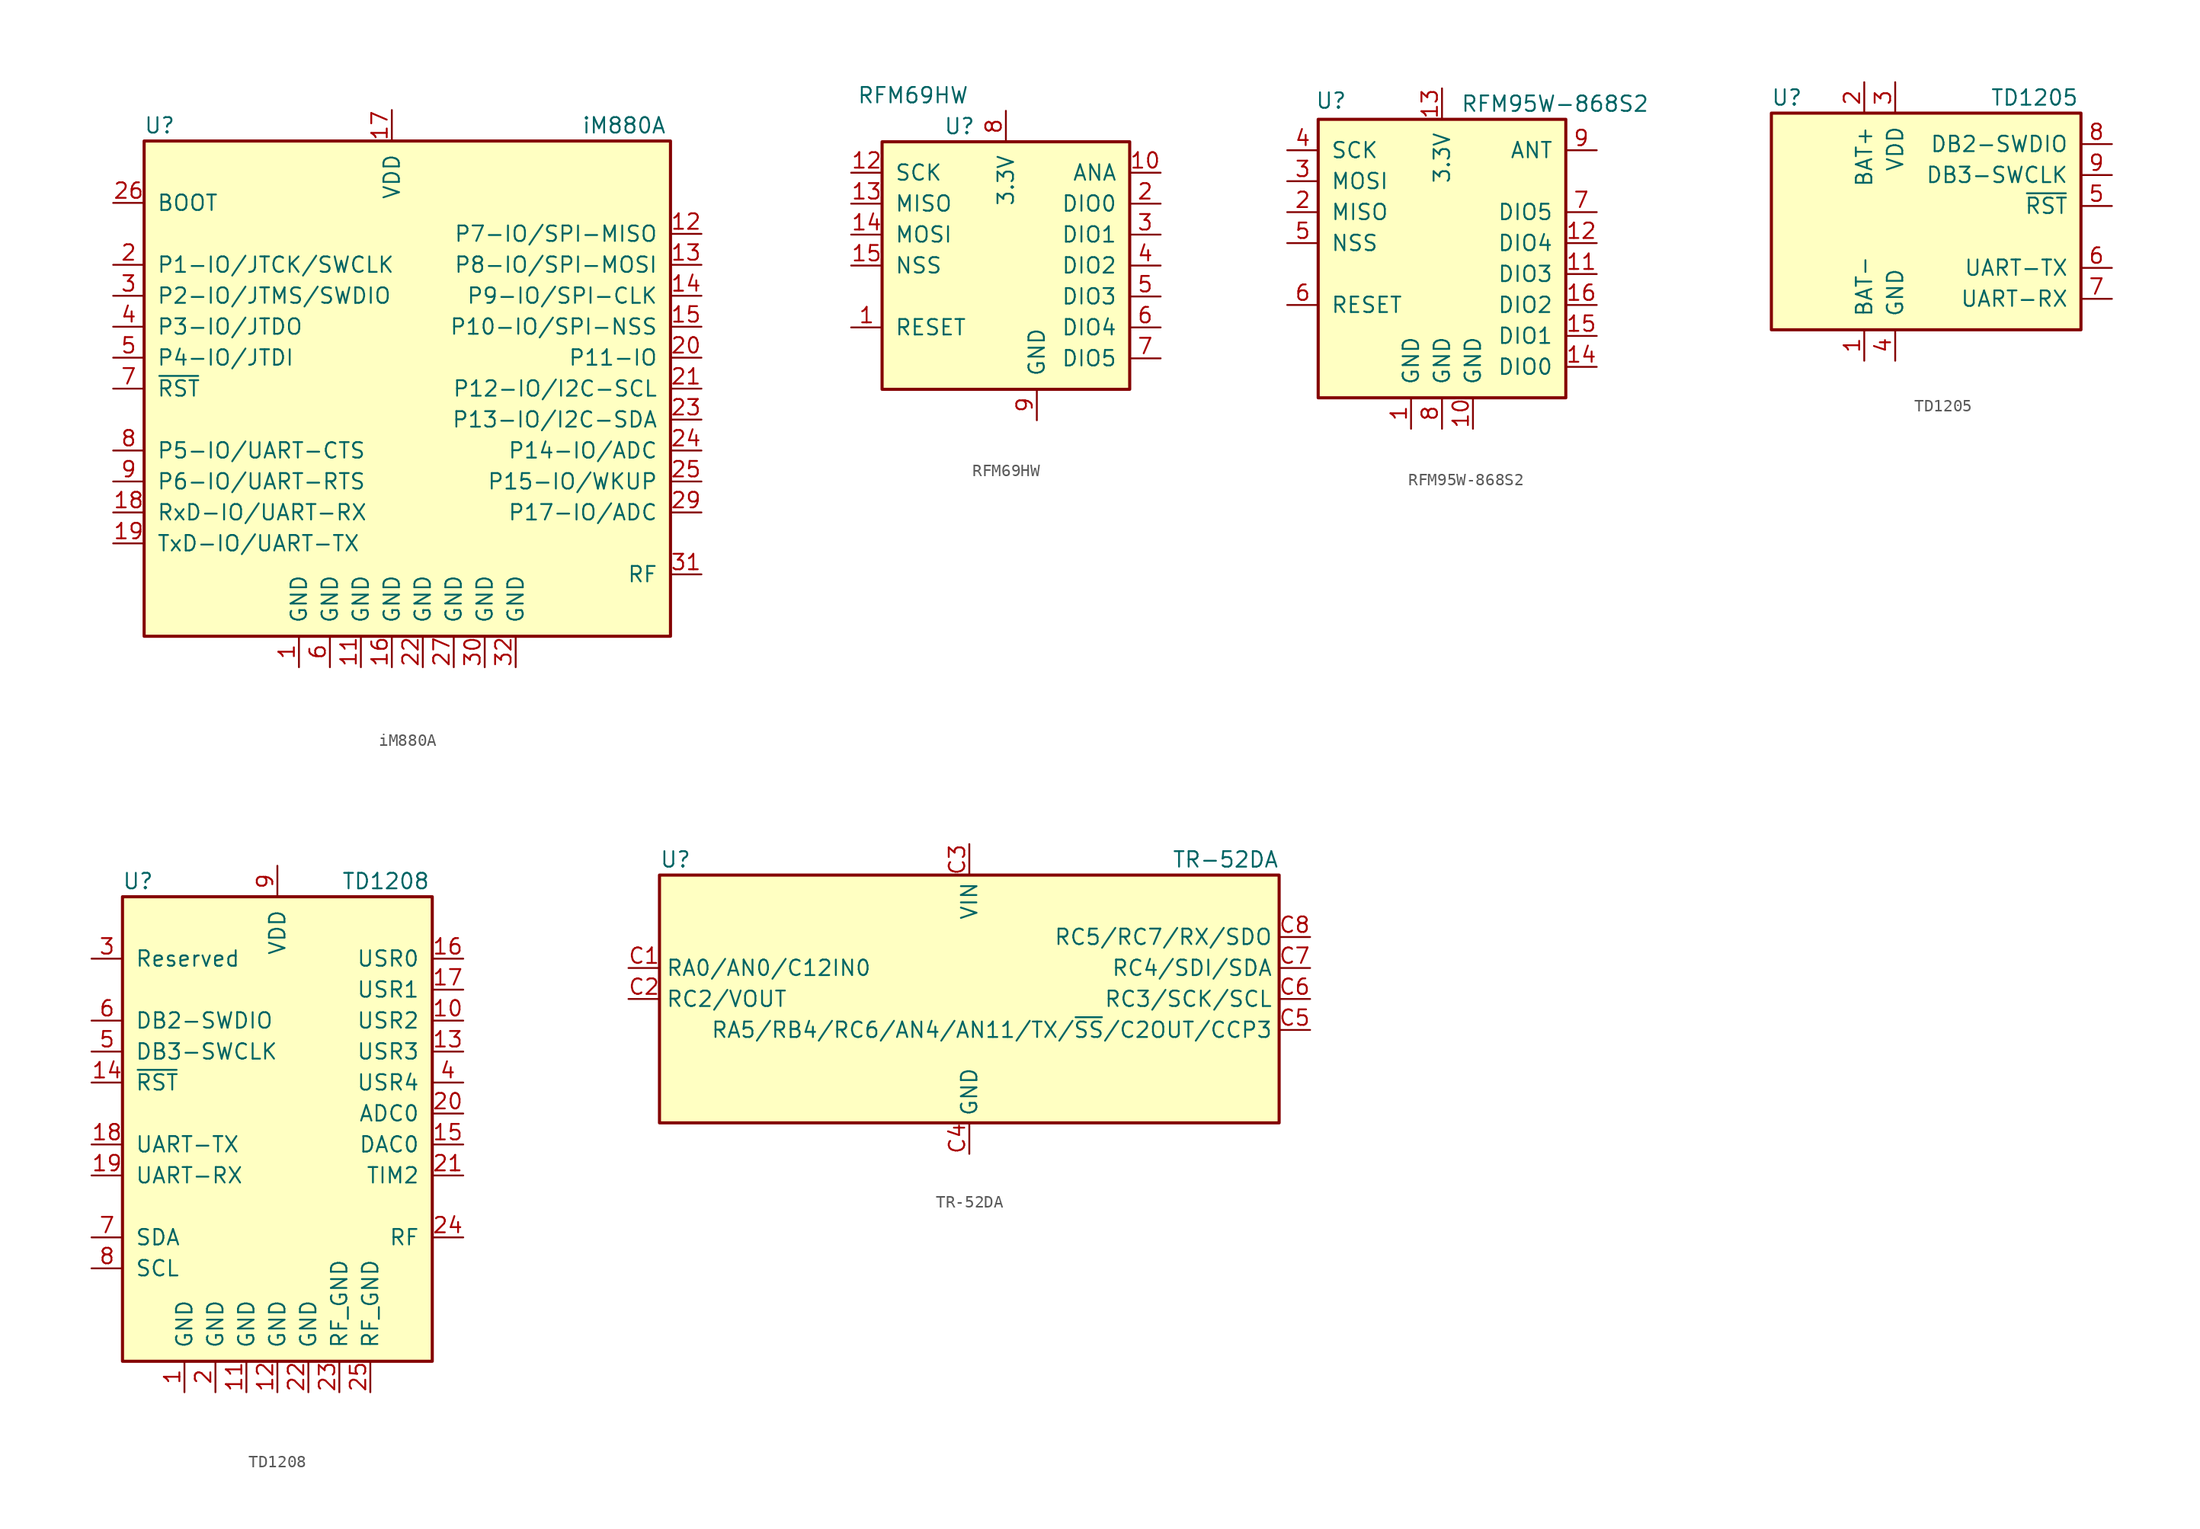
<source format=kicad_sym>
(kicad_symbol_lib
  (version 20201005)
  (generator kicad_symbol_editor)
  (symbol "RF_Module:iM880A"
    (pin_names
      (offset 1.016))
    (property "Reference" "U"
      (at -19.05 21.59 0)
      (effects (font (size 1.27 1.27))))
    (property "Value" "iM880A"
      (at 19.05 21.59 0)
      (effects (font (size 1.27 1.27))))
    (symbol "iM880A_0_1"
      (rectangle (start -20.32 20.32) (end 22.86 -20.32) (stroke (width 0.254)) (fill (type background))))
    (symbol "iM880A_1_1"
      (pin power_in line (at -7.62 -22.86 90) (length 2.54) (name "GND" (effects (font (size 1.27 1.27)))) (number "1" (effects (font (size 1.27 1.27)))))
      (pin no_connect line (at 5.08 22.86 270) (length 2.54) hide (name "NC" (effects (font (size 1.27 1.27)))) (number "10" (effects (font (size 1.27 1.27)))))
      (pin power_in line (at -2.54 -22.86 90) (length 2.54) (name "GND" (effects (font (size 1.27 1.27)))) (number "11" (effects (font (size 1.27 1.27)))))
      (pin bidirectional line (at 25.4 12.7 180) (length 2.54) (name "P7-IO/SPI-MISO" (effects (font (size 1.27 1.27)))) (number "12" (effects (font (size 1.27 1.27)))))
      (pin bidirectional line (at 25.4 10.16 180) (length 2.54) (name "P8-IO/SPI-MOSI" (effects (font (size 1.27 1.27)))) (number "13" (effects (font (size 1.27 1.27)))))
      (pin bidirectional line (at 25.4 7.62 180) (length 2.54) (name "P9-IO/SPI-CLK" (effects (font (size 1.27 1.27)))) (number "14" (effects (font (size 1.27 1.27)))))
      (pin bidirectional line (at 25.4 5.08 180) (length 2.54) (name "P10-IO/SPI-NSS" (effects (font (size 1.27 1.27)))) (number "15" (effects (font (size 1.27 1.27)))))
      (pin power_in line (at 0 -22.86 90) (length 2.54) (name "GND" (effects (font (size 1.27 1.27)))) (number "16" (effects (font (size 1.27 1.27)))))
      (pin power_in line (at 0 22.86 270) (length 2.54) (name "VDD" (effects (font (size 1.27 1.27)))) (number "17" (effects (font (size 1.27 1.27)))))
      (pin bidirectional line (at -22.86 -10.16 0) (length 2.54) (name "RxD-IO/UART-RX" (effects (font (size 1.27 1.27)))) (number "18" (effects (font (size 1.27 1.27)))))
      (pin bidirectional line (at -22.86 -12.7 0) (length 2.54) (name "TxD-IO/UART-TX" (effects (font (size 1.27 1.27)))) (number "19" (effects (font (size 1.27 1.27)))))
      (pin bidirectional line (at -22.86 10.16 0) (length 2.54) (name "P1-IO/JTCK/SWCLK" (effects (font (size 1.27 1.27)))) (number "2" (effects (font (size 1.27 1.27)))))
      (pin bidirectional line (at 25.4 2.54 180) (length 2.54) (name "P11-IO" (effects (font (size 1.27 1.27)))) (number "20" (effects (font (size 1.27 1.27)))))
      (pin bidirectional line (at 25.4 0 180) (length 2.54) (name "P12-IO/I2C-SCL" (effects (font (size 1.27 1.27)))) (number "21" (effects (font (size 1.27 1.27)))))
      (pin power_in line (at 2.54 -22.86 90) (length 2.54) (name "GND" (effects (font (size 1.27 1.27)))) (number "22" (effects (font (size 1.27 1.27)))))
      (pin bidirectional line (at 25.4 -2.54 180) (length 2.54) (name "P13-IO/I2C-SDA" (effects (font (size 1.27 1.27)))) (number "23" (effects (font (size 1.27 1.27)))))
      (pin bidirectional line (at 25.4 -5.08 180) (length 2.54) (name "P14-IO/ADC" (effects (font (size 1.27 1.27)))) (number "24" (effects (font (size 1.27 1.27)))))
      (pin bidirectional line (at 25.4 -7.62 180) (length 2.54) (name "P15-IO/WKUP" (effects (font (size 1.27 1.27)))) (number "25" (effects (font (size 1.27 1.27)))))
      (pin input line (at -22.86 15.24 0) (length 2.54) (name "BOOT" (effects (font (size 1.27 1.27)))) (number "26" (effects (font (size 1.27 1.27)))))
      (pin power_in line (at 5.08 -22.86 90) (length 2.54) (name "GND" (effects (font (size 1.27 1.27)))) (number "27" (effects (font (size 1.27 1.27)))))
      (pin no_connect line (at 7.62 22.86 270) (length 2.54) hide (name "NC" (effects (font (size 1.27 1.27)))) (number "28" (effects (font (size 1.27 1.27)))))
      (pin bidirectional line (at 25.4 -10.16 180) (length 2.54) (name "P17-IO/ADC" (effects (font (size 1.27 1.27)))) (number "29" (effects (font (size 1.27 1.27)))))
      (pin bidirectional line (at -22.86 7.62 0) (length 2.54) (name "P2-IO/JTMS/SWDIO" (effects (font (size 1.27 1.27)))) (number "3" (effects (font (size 1.27 1.27)))))
      (pin power_in line (at 7.62 -22.86 90) (length 2.54) (name "GND" (effects (font (size 1.27 1.27)))) (number "30" (effects (font (size 1.27 1.27)))))
      (pin bidirectional line (at 25.4 -15.24 180) (length 2.54) (name "RF" (effects (font (size 1.27 1.27)))) (number "31" (effects (font (size 1.27 1.27)))))
      (pin power_in line (at 10.16 -22.86 90) (length 2.54) (name "GND" (effects (font (size 1.27 1.27)))) (number "32" (effects (font (size 1.27 1.27)))))
      (pin bidirectional line (at -22.86 5.08 0) (length 2.54) (name "P3-IO/JTDO" (effects (font (size 1.27 1.27)))) (number "4" (effects (font (size 1.27 1.27)))))
      (pin bidirectional line (at -22.86 2.54 0) (length 2.54) (name "P4-IO/JTDI" (effects (font (size 1.27 1.27)))) (number "5" (effects (font (size 1.27 1.27)))))
      (pin power_in line (at -5.08 -22.86 90) (length 2.54) (name "GND" (effects (font (size 1.27 1.27)))) (number "6" (effects (font (size 1.27 1.27)))))
      (pin input line (at -22.86 0 0) (length 2.54) (name "~RST" (effects (font (size 1.27 1.27)))) (number "7" (effects (font (size 1.27 1.27)))))
      (pin bidirectional line (at -22.86 -5.08 0) (length 2.54) (name "P5-IO/UART-CTS" (effects (font (size 1.27 1.27)))) (number "8" (effects (font (size 1.27 1.27)))))
      (pin bidirectional line (at -22.86 -7.62 0) (length 2.54) (name "P6-IO/UART-RTS" (effects (font (size 1.27 1.27)))) (number "9" (effects (font (size 1.27 1.27)))))))
  (symbol "RF_Module:RFM69HW"
    (pin_names
      (offset 1.016))
    (property "Reference" "U"
      (at -3.81 11.43 0)
      (effects (font (size 1.27 1.27))))
    (property "Value" "RFM69HW"
      (at -7.62 13.97 0)
      (effects (font (size 1.27 1.27))))
    (symbol "RFM69HW_0_1"
      (rectangle (start -10.16 10.16) (end 10.16 -10.16) (stroke (width 0.254)) (fill (type background))))
    (symbol "RFM69HW_1_1"
      (pin input line (at -12.7 -5.08 0) (length 2.54) (name "RESET" (effects (font (size 1.27 1.27)))) (number "1" (effects (font (size 1.27 1.27)))))
      (pin output line (at 12.7 7.62 180) (length 2.54) (name "ANA" (effects (font (size 1.27 1.27)))) (number "10" (effects (font (size 1.27 1.27)))))
      (pin passive line (at 2.54 -12.7 90) (length 2.54) hide (name "GND" (effects (font (size 1.27 1.27)))) (number "11" (effects (font (size 1.27 1.27)))))
      (pin input line (at -12.7 7.62 0) (length 2.54) (name "SCK" (effects (font (size 1.27 1.27)))) (number "12" (effects (font (size 1.27 1.27)))))
      (pin output line (at -12.7 5.08 0) (length 2.54) (name "MISO" (effects (font (size 1.27 1.27)))) (number "13" (effects (font (size 1.27 1.27)))))
      (pin input line (at -12.7 2.54 0) (length 2.54) (name "MOSI" (effects (font (size 1.27 1.27)))) (number "14" (effects (font (size 1.27 1.27)))))
      (pin input line (at -12.7 0 0) (length 2.54) (name "NSS" (effects (font (size 1.27 1.27)))) (number "15" (effects (font (size 1.27 1.27)))))
      (pin no_connect line (at -2.54 -12.7 90) (length 2.54) hide (name "NC" (effects (font (size 1.27 1.27)))) (number "16" (effects (font (size 1.27 1.27)))))
      (pin bidirectional line (at 12.7 5.08 180) (length 2.54) (name "DIO0" (effects (font (size 1.27 1.27)))) (number "2" (effects (font (size 1.27 1.27)))))
      (pin bidirectional line (at 12.7 2.54 180) (length 2.54) (name "DIO1" (effects (font (size 1.27 1.27)))) (number "3" (effects (font (size 1.27 1.27)))))
      (pin bidirectional line (at 12.7 0 180) (length 2.54) (name "DIO2" (effects (font (size 1.27 1.27)))) (number "4" (effects (font (size 1.27 1.27)))))
      (pin bidirectional line (at 12.7 -2.54 180) (length 2.54) (name "DIO3" (effects (font (size 1.27 1.27)))) (number "5" (effects (font (size 1.27 1.27)))))
      (pin bidirectional line (at 12.7 -5.08 180) (length 2.54) (name "DIO4" (effects (font (size 1.27 1.27)))) (number "6" (effects (font (size 1.27 1.27)))))
      (pin bidirectional line (at 12.7 -7.62 180) (length 2.54) (name "DIO5" (effects (font (size 1.27 1.27)))) (number "7" (effects (font (size 1.27 1.27)))))
      (pin power_in line (at 0 12.7 270) (length 2.54) (name "3.3V" (effects (font (size 1.27 1.27)))) (number "8" (effects (font (size 1.27 1.27)))))
      (pin power_in line (at 2.54 -12.7 90) (length 2.54) (name "GND" (effects (font (size 1.27 1.27)))) (number "9" (effects (font (size 1.27 1.27)))))))
  (symbol "RF_Module:RFM95W-868S2"
    (pin_names
      (offset 1.016))
    (property "Reference" "U"
      (at -10.414 11.684 0)
      (effects (font (size 1.27 1.27)) (justify left)))
    (property "Value" "RFM95W-868S2"
      (at 1.524 11.43 0)
      (effects (font (size 1.27 1.27)) (justify left)))
    (symbol "RFM95W-868S2_0_1"
      (rectangle (start -10.16 10.16) (end 10.16 -12.7) (stroke (width 0.254)) (fill (type background))))
    (symbol "RFM95W-868S2_1_1"
      (pin power_in line (at -2.54 -15.24 90) (length 2.54) (name "GND" (effects (font (size 1.27 1.27)))) (number "1" (effects (font (size 1.27 1.27)))))
      (pin power_in line (at 2.54 -15.24 90) (length 2.54) (name "GND" (effects (font (size 1.27 1.27)))) (number "10" (effects (font (size 1.27 1.27)))))
      (pin bidirectional line (at 12.7 -2.54 180) (length 2.54) (name "DIO3" (effects (font (size 1.27 1.27)))) (number "11" (effects (font (size 1.27 1.27)))))
      (pin bidirectional line (at 12.7 0 180) (length 2.54) (name "DIO4" (effects (font (size 1.27 1.27)))) (number "12" (effects (font (size 1.27 1.27)))))
      (pin power_in line (at 0 12.7 270) (length 2.54) (name "3.3V" (effects (font (size 1.27 1.27)))) (number "13" (effects (font (size 1.27 1.27)))))
      (pin bidirectional line (at 12.7 -10.16 180) (length 2.54) (name "DIO0" (effects (font (size 1.27 1.27)))) (number "14" (effects (font (size 1.27 1.27)))))
      (pin bidirectional line (at 12.7 -7.62 180) (length 2.54) (name "DIO1" (effects (font (size 1.27 1.27)))) (number "15" (effects (font (size 1.27 1.27)))))
      (pin bidirectional line (at 12.7 -5.08 180) (length 2.54) (name "DIO2" (effects (font (size 1.27 1.27)))) (number "16" (effects (font (size 1.27 1.27)))))
      (pin output line (at -12.7 2.54 0) (length 2.54) (name "MISO" (effects (font (size 1.27 1.27)))) (number "2" (effects (font (size 1.27 1.27)))))
      (pin input line (at -12.7 5.08 0) (length 2.54) (name "MOSI" (effects (font (size 1.27 1.27)))) (number "3" (effects (font (size 1.27 1.27)))))
      (pin input line (at -12.7 7.62 0) (length 2.54) (name "SCK" (effects (font (size 1.27 1.27)))) (number "4" (effects (font (size 1.27 1.27)))))
      (pin input line (at -12.7 0 0) (length 2.54) (name "NSS" (effects (font (size 1.27 1.27)))) (number "5" (effects (font (size 1.27 1.27)))))
      (pin bidirectional line (at -12.7 -5.08 0) (length 2.54) (name "RESET" (effects (font (size 1.27 1.27)))) (number "6" (effects (font (size 1.27 1.27)))))
      (pin bidirectional line (at 12.7 2.54 180) (length 2.54) (name "DIO5" (effects (font (size 1.27 1.27)))) (number "7" (effects (font (size 1.27 1.27)))))
      (pin power_in line (at 0 -15.24 90) (length 2.54) (name "GND" (effects (font (size 1.27 1.27)))) (number "8" (effects (font (size 1.27 1.27)))))
      (pin bidirectional line (at 12.7 7.62 180) (length 2.54) (name "ANT" (effects (font (size 1.27 1.27)))) (number "9" (effects (font (size 1.27 1.27)))))))
  (symbol "RF_Module:TD1205"
    (pin_names
      (offset 1.016))
    (property "Reference" "U"
      (at -11.43 11.43 0)
      (effects (font (size 1.27 1.27))))
    (property "Value" "TD1205"
      (at 8.89 11.43 0)
      (effects (font (size 1.27 1.27))))
    (symbol "TD1205_0_1"
      (rectangle (start -12.7 10.16) (end 12.7 -7.62) (stroke (width 0.254)) (fill (type background))))
    (symbol "TD1205_1_1"
      (pin power_in line (at -5.08 -10.16 90) (length 2.54) (name "BAT-" (effects (font (size 1.27 1.27)))) (number "1" (effects (font (size 1.27 1.27)))))
      (pin power_in line (at -5.08 12.7 270) (length 2.54) (name "BAT+" (effects (font (size 1.27 1.27)))) (number "2" (effects (font (size 1.27 1.27)))))
      (pin power_in line (at -2.54 12.7 270) (length 2.54) (name "VDD" (effects (font (size 1.27 1.27)))) (number "3" (effects (font (size 1.27 1.27)))))
      (pin power_in line (at -2.54 -10.16 90) (length 2.54) (name "GND" (effects (font (size 1.27 1.27)))) (number "4" (effects (font (size 1.27 1.27)))))
      (pin input line (at 15.24 2.54 180) (length 2.54) (name "~RST" (effects (font (size 1.27 1.27)))) (number "5" (effects (font (size 1.27 1.27)))))
      (pin bidirectional line (at 15.24 -2.54 180) (length 2.54) (name "UART-TX" (effects (font (size 1.27 1.27)))) (number "6" (effects (font (size 1.27 1.27)))))
      (pin bidirectional line (at 15.24 -5.08 180) (length 2.54) (name "UART-RX" (effects (font (size 1.27 1.27)))) (number "7" (effects (font (size 1.27 1.27)))))
      (pin bidirectional line (at 15.24 7.62 180) (length 2.54) (name "DB2-SWDIO" (effects (font (size 1.27 1.27)))) (number "8" (effects (font (size 1.27 1.27)))))
      (pin bidirectional line (at 15.24 5.08 180) (length 2.54) (name "DB3-SWCLK" (effects (font (size 1.27 1.27)))) (number "9" (effects (font (size 1.27 1.27)))))))
  (symbol "RF_Module:TD1208"
    (pin_names
      (offset 1.016))
    (property "Reference" "U"
      (at -11.43 19.05 0)
      (effects (font (size 1.27 1.27))))
    (property "Value" "TD1208"
      (at 8.89 19.05 0)
      (effects (font (size 1.27 1.27))))
    (symbol "TD1208_0_1"
      (rectangle (start -12.7 17.78) (end 12.7 -20.32) (stroke (width 0.254)) (fill (type background))))
    (symbol "TD1208_1_1"
      (pin power_in line (at -7.62 -22.86 90) (length 2.54) (name "GND" (effects (font (size 1.27 1.27)))) (number "1" (effects (font (size 1.27 1.27)))))
      (pin bidirectional line (at 15.24 7.62 180) (length 2.54) (name "USR2" (effects (font (size 1.27 1.27)))) (number "10" (effects (font (size 1.27 1.27)))))
      (pin power_in line (at -2.54 -22.86 90) (length 2.54) (name "GND" (effects (font (size 1.27 1.27)))) (number "11" (effects (font (size 1.27 1.27)))))
      (pin power_in line (at 0 -22.86 90) (length 2.54) (name "GND" (effects (font (size 1.27 1.27)))) (number "12" (effects (font (size 1.27 1.27)))))
      (pin bidirectional line (at 15.24 5.08 180) (length 2.54) (name "USR3" (effects (font (size 1.27 1.27)))) (number "13" (effects (font (size 1.27 1.27)))))
      (pin input line (at -15.24 2.54 0) (length 2.54) (name "~RST" (effects (font (size 1.27 1.27)))) (number "14" (effects (font (size 1.27 1.27)))))
      (pin bidirectional line (at 15.24 -2.54 180) (length 2.54) (name "DAC0" (effects (font (size 1.27 1.27)))) (number "15" (effects (font (size 1.27 1.27)))))
      (pin bidirectional line (at 15.24 12.7 180) (length 2.54) (name "USR0" (effects (font (size 1.27 1.27)))) (number "16" (effects (font (size 1.27 1.27)))))
      (pin bidirectional line (at 15.24 10.16 180) (length 2.54) (name "USR1" (effects (font (size 1.27 1.27)))) (number "17" (effects (font (size 1.27 1.27)))))
      (pin bidirectional line (at -15.24 -2.54 0) (length 2.54) (name "UART-TX" (effects (font (size 1.27 1.27)))) (number "18" (effects (font (size 1.27 1.27)))))
      (pin bidirectional line (at -15.24 -5.08 0) (length 2.54) (name "UART-RX" (effects (font (size 1.27 1.27)))) (number "19" (effects (font (size 1.27 1.27)))))
      (pin power_in line (at -5.08 -22.86 90) (length 2.54) (name "GND" (effects (font (size 1.27 1.27)))) (number "2" (effects (font (size 1.27 1.27)))))
      (pin bidirectional line (at 15.24 0 180) (length 2.54) (name "ADC0" (effects (font (size 1.27 1.27)))) (number "20" (effects (font (size 1.27 1.27)))))
      (pin bidirectional line (at 15.24 -5.08 180) (length 2.54) (name "TIM2" (effects (font (size 1.27 1.27)))) (number "21" (effects (font (size 1.27 1.27)))))
      (pin power_in line (at 2.54 -22.86 90) (length 2.54) (name "GND" (effects (font (size 1.27 1.27)))) (number "22" (effects (font (size 1.27 1.27)))))
      (pin power_in line (at 5.08 -22.86 90) (length 2.54) (name "RF_GND" (effects (font (size 1.27 1.27)))) (number "23" (effects (font (size 1.27 1.27)))))
      (pin bidirectional line (at 15.24 -10.16 180) (length 2.54) (name "RF" (effects (font (size 1.27 1.27)))) (number "24" (effects (font (size 1.27 1.27)))))
      (pin power_in line (at 7.62 -22.86 90) (length 2.54) (name "RF_GND" (effects (font (size 1.27 1.27)))) (number "25" (effects (font (size 1.27 1.27)))))
      (pin unspecified line (at -15.24 12.7 0) (length 2.54) (name "Reserved" (effects (font (size 1.27 1.27)))) (number "3" (effects (font (size 1.27 1.27)))))
      (pin bidirectional line (at 15.24 2.54 180) (length 2.54) (name "USR4" (effects (font (size 1.27 1.27)))) (number "4" (effects (font (size 1.27 1.27)))))
      (pin bidirectional line (at -15.24 5.08 0) (length 2.54) (name "DB3-SWCLK" (effects (font (size 1.27 1.27)))) (number "5" (effects (font (size 1.27 1.27)))))
      (pin bidirectional line (at -15.24 7.62 0) (length 2.54) (name "DB2-SWDIO" (effects (font (size 1.27 1.27)))) (number "6" (effects (font (size 1.27 1.27)))))
      (pin bidirectional line (at -15.24 -10.16 0) (length 2.54) (name "SDA" (effects (font (size 1.27 1.27)))) (number "7" (effects (font (size 1.27 1.27)))))
      (pin bidirectional line (at -15.24 -12.7 0) (length 2.54) (name "SCL" (effects (font (size 1.27 1.27)))) (number "8" (effects (font (size 1.27 1.27)))))
      (pin power_in line (at 0 20.32 270) (length 2.54) (name "VDD" (effects (font (size 1.27 1.27)))) (number "9" (effects (font (size 1.27 1.27)))))))
  (symbol "RF_Module:TR-52DA"
    (property "Reference" "U"
      (at -25.4 11.43 0)
      (effects (font (size 1.27 1.27)) (justify left)))
    (property "Value" "TR-52DA"
      (at 25.4 11.43 0)
      (effects (font (size 1.27 1.27)) (justify right)))
    (symbol "TR-52DA_0_1"
      (rectangle (start -25.4 10.16) (end 25.4 -10.16) (stroke (width 0.254)) (fill (type background))))
    (symbol "TR-52DA_1_1"
      (pin bidirectional line (at -27.94 2.54 0) (length 2.54) (name "RA0/AN0/C12IN0" (effects (font (size 1.27 1.27)))) (number "C1" (effects (font (size 1.27 1.27)))))
      (pin bidirectional line (at -27.94 0 0) (length 2.54) (name "RC2/VOUT" (effects (font (size 1.27 1.27)))) (number "C2" (effects (font (size 1.27 1.27)))))
      (pin power_in line (at 0 12.7 270) (length 2.54) (name "VIN" (effects (font (size 1.27 1.27)))) (number "C3" (effects (font (size 1.27 1.27)))))
      (pin power_in line (at 0 -12.7 90) (length 2.54) (name "GND" (effects (font (size 1.27 1.27)))) (number "C4" (effects (font (size 1.27 1.27)))))
      (pin bidirectional line (at 27.94 -2.54 180) (length 2.54) (name "RA5/RB4/RC6/AN4/AN11/TX/~SS~/C2OUT/CCP3" (effects (font (size 1.27 1.27)))) (number "C5" (effects (font (size 1.27 1.27)))))
      (pin bidirectional line (at 27.94 0 180) (length 2.54) (name "RC3/SCK/SCL" (effects (font (size 1.27 1.27)))) (number "C6" (effects (font (size 1.27 1.27)))))
      (pin bidirectional line (at 27.94 2.54 180) (length 2.54) (name "RC4/SDI/SDA" (effects (font (size 1.27 1.27)))) (number "C7" (effects (font (size 1.27 1.27)))))
      (pin bidirectional line (at 27.94 5.08 180) (length 2.54) (name "RC5/RC7/RX/SDO" (effects (font (size 1.27 1.27)))) (number "C8" (effects (font (size 1.27 1.27))))))))
</source>
